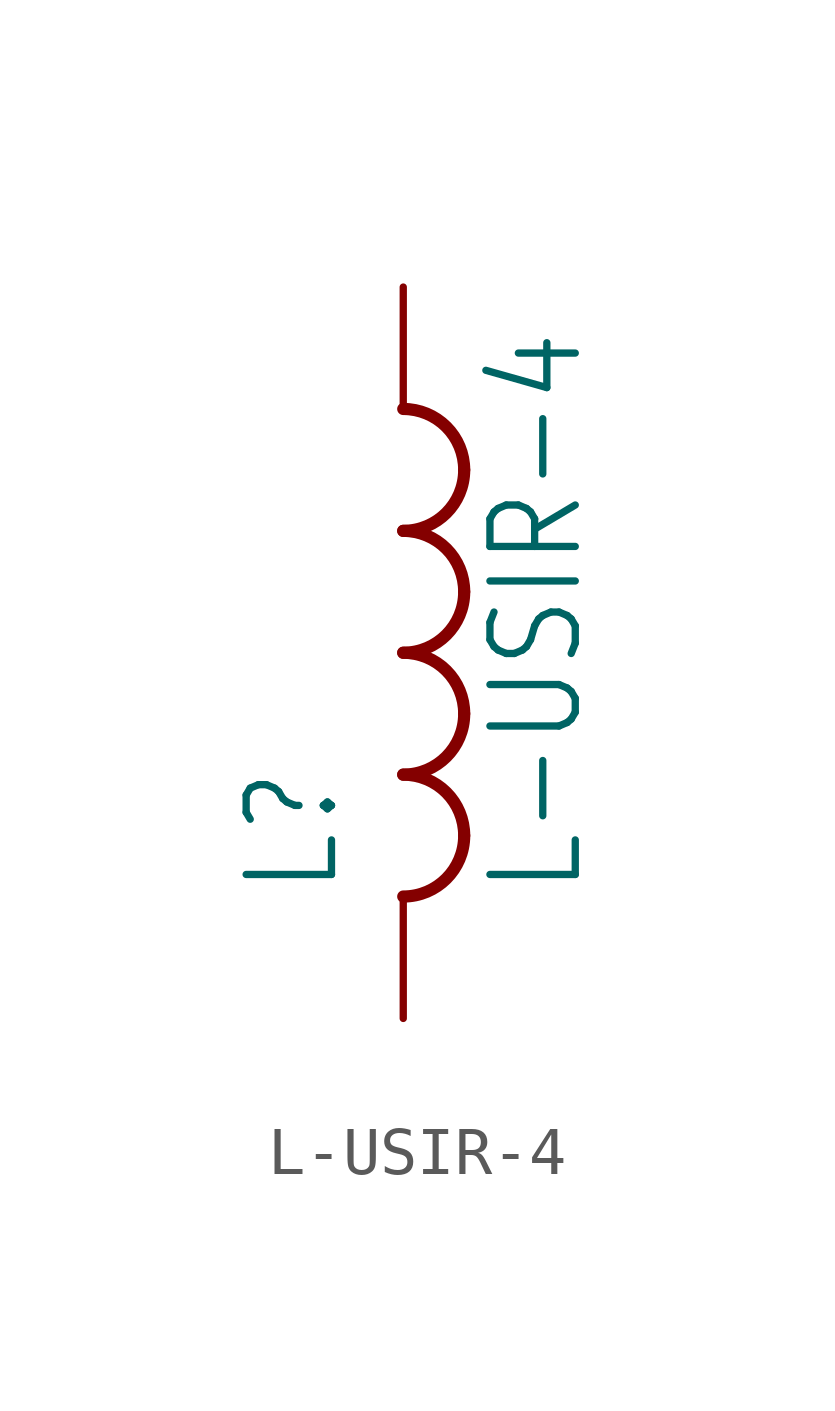
<source format=kicad_sym>
(kicad_symbol_lib
  (version 20220914)
  (generator kicad_symbol_editor)
  (symbol "L-USIR-4"
    (property "Reference" "L"
      (at -1.27 -5.08 90)
      (effects (font (size 1.778 1.511)) (justify left bottom)))
    (property "Value" "L-USIR-4"
      (at 3.81 -5.08 90)
      (effects (font (size 1.778 1.511)) (justify left bottom)))
    (property "ki_locked" ""
      (at 0 0 0)
      (effects (font (size 1.27 1.27))))
    (symbol "L-USIR-4_1_0"
      (arc (start 0 -5.08) (mid 0.898 -4.708) (end 1.27 -3.81) (stroke (width 0.254) (type default)) (fill (type none)))
      (arc (start 0 -2.54) (mid 0.898 -2.168) (end 1.27 -1.27) (stroke (width 0.254) (type default)) (fill (type none)))
      (arc (start 0 0) (mid 0.898 0.372) (end 1.27 1.27) (stroke (width 0.254) (type default)) (fill (type none)))
      (arc (start 0 2.54) (mid 0.898 2.912) (end 1.27 3.81) (stroke (width 0.254) (type default)) (fill (type none)))
      (arc (start 1.27 -3.81) (mid 0.898 -2.912) (end 0 -2.54) (stroke (width 0.254) (type default)) (fill (type none)))
      (arc (start 1.27 -1.27) (mid 0.898 -0.372) (end 0 0) (stroke (width 0.254) (type default)) (fill (type none)))
      (arc (start 1.27 1.27) (mid 0.898 2.168) (end 0 2.54) (stroke (width 0.254) (type default)) (fill (type none)))
      (arc (start 1.27 3.81) (mid 0.898 4.708) (end 0 5.08) (stroke (width 0.254) (type default)) (fill (type none)))
      (pin passive line (at 0 7.62 270) (length 2.54) (name "1" (effects (font (size 0 0)))) (number "1" (effects (font (size 0 0)))))
      (pin passive line (at 0 -7.62 90) (length 2.54) (name "2" (effects (font (size 0 0)))) (number "2" (effects (font (size 0 0))))))))
</source>
